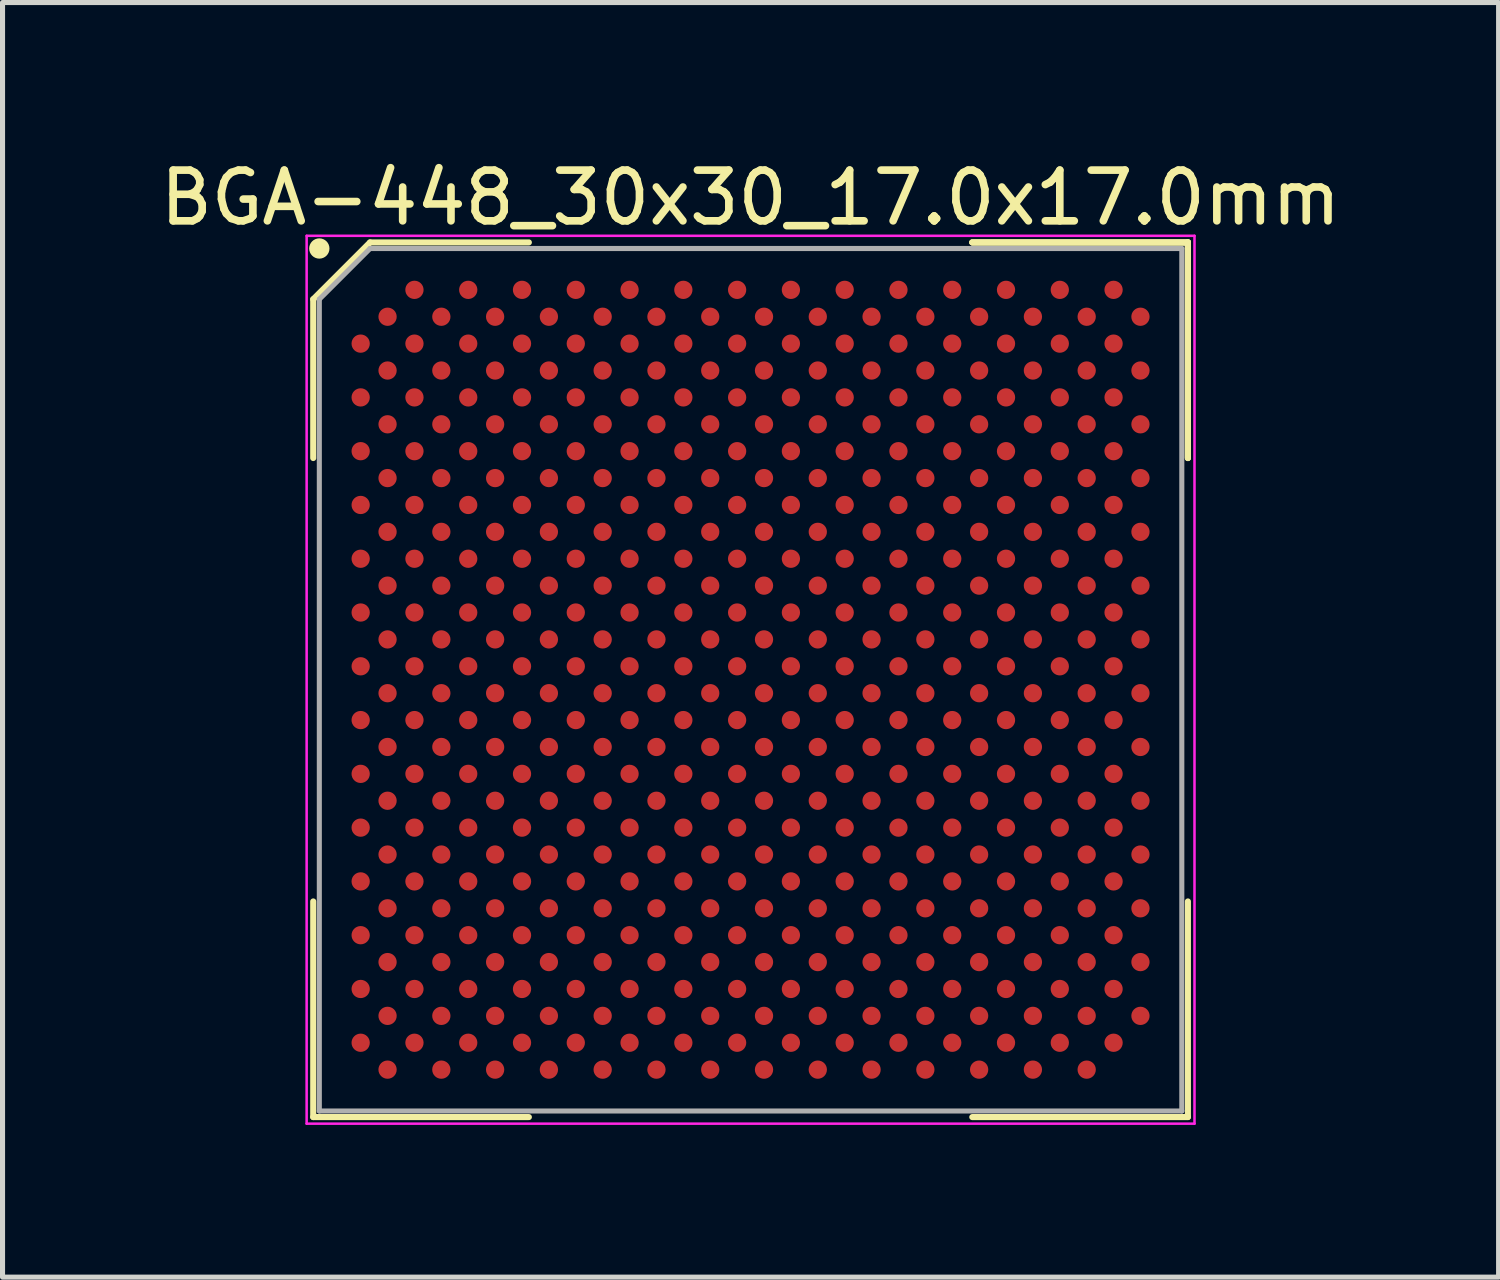
<source format=kicad_pcb>
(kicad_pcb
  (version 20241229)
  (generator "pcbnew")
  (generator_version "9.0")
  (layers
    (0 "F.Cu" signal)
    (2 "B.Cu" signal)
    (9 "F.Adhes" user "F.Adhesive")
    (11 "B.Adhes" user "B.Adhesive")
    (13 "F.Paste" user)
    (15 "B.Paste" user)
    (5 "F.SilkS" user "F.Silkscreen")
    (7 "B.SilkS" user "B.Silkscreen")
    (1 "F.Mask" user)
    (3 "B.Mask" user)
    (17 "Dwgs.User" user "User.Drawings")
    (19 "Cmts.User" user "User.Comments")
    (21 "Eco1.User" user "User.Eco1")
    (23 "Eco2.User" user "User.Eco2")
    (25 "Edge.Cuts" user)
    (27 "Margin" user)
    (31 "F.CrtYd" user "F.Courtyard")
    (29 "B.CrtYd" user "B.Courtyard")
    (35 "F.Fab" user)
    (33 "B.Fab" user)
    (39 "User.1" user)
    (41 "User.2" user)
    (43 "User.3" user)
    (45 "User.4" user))
  (footprint "BGA-448_30x30_17.0x17.0mm"
    (layer "F.Cu")
    (at 11.744 10.348)
    (property "Reference" "BGA-448_30x30_17.0x17.0mm" (at 0 -9.5 0) (layer "F.SilkS") (effects (font (size 1 1) (thickness 0.15))))
    (attr smd)
    (fp_line (start -8.62 -7.5) (end -8.62 -4.37) (stroke (width 0.12) (type solid)) (layer "F.SilkS"))
    (fp_line (start -8.62 8.62) (end -8.62 4.37) (stroke (width 0.12) (type solid)) (layer "F.SilkS"))
    (fp_line (start -7.5 -8.62) (end -8.62 -7.5) (stroke (width 0.12) (type solid)) (layer "F.SilkS"))
    (fp_line (start -4.37 -8.62) (end -7.5 -8.62) (stroke (width 0.12) (type solid)) (layer "F.SilkS"))
    (fp_line (start -4.37 8.62) (end -8.62 8.62) (stroke (width 0.12) (type solid)) (layer "F.SilkS"))
    (fp_line (start 4.37 -8.62) (end 8.62 -8.62) (stroke (width 0.12) (type solid)) (layer "F.SilkS"))
    (fp_line (start 4.37 -8.62) (end 8.62 -8.62) (stroke (width 0.12) (type solid)) (layer "F.SilkS"))
    (fp_line (start 4.37 -8.62) (end 8.62 -8.62) (stroke (width 0.12) (type solid)) (layer "F.SilkS"))
    (fp_line (start 4.37 8.62) (end 8.62 8.62) (stroke (width 0.12) (type solid)) (layer "F.SilkS"))
    (fp_line (start 8.62 -8.62) (end 8.62 -4.37) (stroke (width 0.12) (type solid)) (layer "F.SilkS"))
    (fp_line (start 8.62 -8.62) (end 8.62 -4.37) (stroke (width 0.12) (type solid)) (layer "F.SilkS"))
    (fp_line (start 8.62 -8.62) (end 8.62 -4.37) (stroke (width 0.12) (type solid)) (layer "F.SilkS"))
    (fp_line (start 8.62 8.62) (end 8.62 4.37) (stroke (width 0.12) (type solid)) (layer "F.SilkS"))
    (fp_circle (center -8.5 -8.5) (end -8.5 -8.4) (stroke (width 0.2) (type solid)) (fill no) (layer "F.SilkS"))
    (fp_line (start -8.75 -8.75) (end 8.75 -8.75) (stroke (width 0.05) (type solid)) (layer "F.CrtYd"))
    (fp_line (start -8.75 8.75) (end -8.75 -8.75) (stroke (width 0.05) (type solid)) (layer "F.CrtYd"))
    (fp_line (start 8.75 -8.75) (end 8.75 8.75) (stroke (width 0.05) (type solid)) (layer "F.CrtYd"))
    (fp_line (start 8.75 8.75) (end -8.75 8.75) (stroke (width 0.05) (type solid)) (layer "F.CrtYd"))
    (fp_line (start -8.5 -7.5) (end -8.5 8.5) (stroke (width 0.1) (type solid)) (layer "F.Fab"))
    (fp_line (start -8.5 8.5) (end 8.5 8.5) (stroke (width 0.1) (type solid)) (layer "F.Fab"))
    (fp_line (start -7.5 -8.5) (end -8.5 -7.5) (stroke (width 0.1) (type solid)) (layer "F.Fab"))
    (fp_line (start 8.5 -8.5) (end -7.5 -8.5) (stroke (width 0.1) (type solid)) (layer "F.Fab"))
    (fp_line (start 8.5 8.5) (end 8.5 -8.5) (stroke (width 0.1) (type solid)) (layer "F.Fab"))
    (pad "A3" smd circle (at -6.625 -7.685) (size 0.36 0.36) (layers "F.Cu" "F.Mask" "F.Paste"))
    (pad "A5" smd circle (at -5.565 -7.685) (size 0.36 0.36) (layers "F.Cu" "F.Mask" "F.Paste"))
    (pad "A7" smd circle (at -4.505 -7.685) (size 0.36 0.36) (layers "F.Cu" "F.Mask" "F.Paste"))
    (pad "A9" smd circle (at -3.445 -7.685) (size 0.36 0.36) (layers "F.Cu" "F.Mask" "F.Paste"))
    (pad "A11" smd circle (at -2.385 -7.685) (size 0.36 0.36) (layers "F.Cu" "F.Mask" "F.Paste"))
    (pad "A13" smd circle (at -1.325 -7.685) (size 0.36 0.36) (layers "F.Cu" "F.Mask" "F.Paste"))
    (pad "A15" smd circle (at -0.265 -7.685) (size 0.36 0.36) (layers "F.Cu" "F.Mask" "F.Paste"))
    (pad "A17" smd circle (at 0.795 -7.685) (size 0.36 0.36) (layers "F.Cu" "F.Mask" "F.Paste"))
    (pad "A19" smd circle (at 1.855 -7.685) (size 0.36 0.36) (layers "F.Cu" "F.Mask" "F.Paste"))
    (pad "A21" smd circle (at 2.915 -7.685) (size 0.36 0.36) (layers "F.Cu" "F.Mask" "F.Paste"))
    (pad "A23" smd circle (at 3.975 -7.685) (size 0.36 0.36) (layers "F.Cu" "F.Mask" "F.Paste"))
    (pad "A25" smd circle (at 5.035 -7.685) (size 0.36 0.36) (layers "F.Cu" "F.Mask" "F.Paste"))
    (pad "A27" smd circle (at 6.095 -7.685) (size 0.36 0.36) (layers "F.Cu" "F.Mask" "F.Paste"))
    (pad "A29" smd circle (at 7.155 -7.685) (size 0.36 0.36) (layers "F.Cu" "F.Mask" "F.Paste"))
    (pad "AA1" smd circle (at -7.685 2.915) (size 0.36 0.36) (layers "F.Cu" "F.Mask" "F.Paste"))
    (pad "AA3" smd circle (at -6.625 2.915) (size 0.36 0.36) (layers "F.Cu" "F.Mask" "F.Paste"))
    (pad "AA5" smd circle (at -5.565 2.915) (size 0.36 0.36) (layers "F.Cu" "F.Mask" "F.Paste"))
    (pad "AA7" smd circle (at -4.505 2.915) (size 0.36 0.36) (layers "F.Cu" "F.Mask" "F.Paste"))
    (pad "AA9" smd circle (at -3.445 2.915) (size 0.36 0.36) (layers "F.Cu" "F.Mask" "F.Paste"))
    (pad "AA11" smd circle (at -2.385 2.915) (size 0.36 0.36) (layers "F.Cu" "F.Mask" "F.Paste"))
    (pad "AA13" smd circle (at -1.325 2.915) (size 0.36 0.36) (layers "F.Cu" "F.Mask" "F.Paste"))
    (pad "AA15" smd circle (at -0.265 2.915) (size 0.36 0.36) (layers "F.Cu" "F.Mask" "F.Paste"))
    (pad "AA17" smd circle (at 0.795 2.915) (size 0.36 0.36) (layers "F.Cu" "F.Mask" "F.Paste"))
    (pad "AA19" smd circle (at 1.855 2.915) (size 0.36 0.36) (layers "F.Cu" "F.Mask" "F.Paste"))
    (pad "AA21" smd circle (at 2.915 2.915) (size 0.36 0.36) (layers "F.Cu" "F.Mask" "F.Paste"))
    (pad "AA23" smd circle (at 3.975 2.915) (size 0.36 0.36) (layers "F.Cu" "F.Mask" "F.Paste"))
    (pad "AA25" smd circle (at 5.035 2.915) (size 0.36 0.36) (layers "F.Cu" "F.Mask" "F.Paste"))
    (pad "AA27" smd circle (at 6.095 2.915) (size 0.36 0.36) (layers "F.Cu" "F.Mask" "F.Paste"))
    (pad "AA29" smd circle (at 7.155 2.915) (size 0.36 0.36) (layers "F.Cu" "F.Mask" "F.Paste"))
    (pad "AB2" smd circle (at -7.155 3.445) (size 0.36 0.36) (layers "F.Cu" "F.Mask" "F.Paste"))
    (pad "AB4" smd circle (at -6.095 3.445) (size 0.36 0.36) (layers "F.Cu" "F.Mask" "F.Paste"))
    (pad "AB6" smd circle (at -5.035 3.445) (size 0.36 0.36) (layers "F.Cu" "F.Mask" "F.Paste"))
    (pad "AB8" smd circle (at -3.975 3.445) (size 0.36 0.36) (layers "F.Cu" "F.Mask" "F.Paste"))
    (pad "AB10" smd circle (at -2.915 3.445) (size 0.36 0.36) (layers "F.Cu" "F.Mask" "F.Paste"))
    (pad "AB12" smd circle (at -1.855 3.445) (size 0.36 0.36) (layers "F.Cu" "F.Mask" "F.Paste"))
    (pad "AB14" smd circle (at -0.795 3.445) (size 0.36 0.36) (layers "F.Cu" "F.Mask" "F.Paste"))
    (pad "AB16" smd circle (at 0.265 3.445) (size 0.36 0.36) (layers "F.Cu" "F.Mask" "F.Paste"))
    (pad "AB18" smd circle (at 1.325 3.445) (size 0.36 0.36) (layers "F.Cu" "F.Mask" "F.Paste"))
    (pad "AB20" smd circle (at 2.385 3.445) (size 0.36 0.36) (layers "F.Cu" "F.Mask" "F.Paste"))
    (pad "AB22" smd circle (at 3.445 3.445) (size 0.36 0.36) (layers "F.Cu" "F.Mask" "F.Paste"))
    (pad "AB24" smd circle (at 4.505 3.445) (size 0.36 0.36) (layers "F.Cu" "F.Mask" "F.Paste"))
    (pad "AB26" smd circle (at 5.565 3.445) (size 0.36 0.36) (layers "F.Cu" "F.Mask" "F.Paste"))
    (pad "AB28" smd circle (at 6.625 3.445) (size 0.36 0.36) (layers "F.Cu" "F.Mask" "F.Paste"))
    (pad "AB30" smd circle (at 7.685 3.445) (size 0.36 0.36) (layers "F.Cu" "F.Mask" "F.Paste"))
    (pad "AC1" smd circle (at -7.685 3.975) (size 0.36 0.36) (layers "F.Cu" "F.Mask" "F.Paste"))
    (pad "AC3" smd circle (at -6.625 3.975) (size 0.36 0.36) (layers "F.Cu" "F.Mask" "F.Paste"))
    (pad "AC5" smd circle (at -5.565 3.975) (size 0.36 0.36) (layers "F.Cu" "F.Mask" "F.Paste"))
    (pad "AC7" smd circle (at -4.505 3.975) (size 0.36 0.36) (layers "F.Cu" "F.Mask" "F.Paste"))
    (pad "AC9" smd circle (at -3.445 3.975) (size 0.36 0.36) (layers "F.Cu" "F.Mask" "F.Paste"))
    (pad "AC11" smd circle (at -2.385 3.975) (size 0.36 0.36) (layers "F.Cu" "F.Mask" "F.Paste"))
    (pad "AC13" smd circle (at -1.325 3.975) (size 0.36 0.36) (layers "F.Cu" "F.Mask" "F.Paste"))
    (pad "AC15" smd circle (at -0.265 3.975) (size 0.36 0.36) (layers "F.Cu" "F.Mask" "F.Paste"))
    (pad "AC17" smd circle (at 0.795 3.975) (size 0.36 0.36) (layers "F.Cu" "F.Mask" "F.Paste"))
    (pad "AC19" smd circle (at 1.855 3.975) (size 0.36 0.36) (layers "F.Cu" "F.Mask" "F.Paste"))
    (pad "AC21" smd circle (at 2.915 3.975) (size 0.36 0.36) (layers "F.Cu" "F.Mask" "F.Paste"))
    (pad "AC23" smd circle (at 3.975 3.975) (size 0.36 0.36) (layers "F.Cu" "F.Mask" "F.Paste"))
    (pad "AC25" smd circle (at 5.035 3.975) (size 0.36 0.36) (layers "F.Cu" "F.Mask" "F.Paste"))
    (pad "AC27" smd circle (at 6.095 3.975) (size 0.36 0.36) (layers "F.Cu" "F.Mask" "F.Paste"))
    (pad "AC29" smd circle (at 7.155 3.975) (size 0.36 0.36) (layers "F.Cu" "F.Mask" "F.Paste"))
    (pad "AD2" smd circle (at -7.155 4.505) (size 0.36 0.36) (layers "F.Cu" "F.Mask" "F.Paste"))
    (pad "AD4" smd circle (at -6.095 4.505) (size 0.36 0.36) (layers "F.Cu" "F.Mask" "F.Paste"))
    (pad "AD6" smd circle (at -5.035 4.505) (size 0.36 0.36) (layers "F.Cu" "F.Mask" "F.Paste"))
    (pad "AD8" smd circle (at -3.975 4.505) (size 0.36 0.36) (layers "F.Cu" "F.Mask" "F.Paste"))
    (pad "AD10" smd circle (at -2.915 4.505) (size 0.36 0.36) (layers "F.Cu" "F.Mask" "F.Paste"))
    (pad "AD12" smd circle (at -1.855 4.505) (size 0.36 0.36) (layers "F.Cu" "F.Mask" "F.Paste"))
    (pad "AD14" smd circle (at -0.795 4.505) (size 0.36 0.36) (layers "F.Cu" "F.Mask" "F.Paste"))
    (pad "AD16" smd circle (at 0.265 4.505) (size 0.36 0.36) (layers "F.Cu" "F.Mask" "F.Paste"))
    (pad "AD18" smd circle (at 1.325 4.505) (size 0.36 0.36) (layers "F.Cu" "F.Mask" "F.Paste"))
    (pad "AD20" smd circle (at 2.385 4.505) (size 0.36 0.36) (layers "F.Cu" "F.Mask" "F.Paste"))
    (pad "AD22" smd circle (at 3.445 4.505) (size 0.36 0.36) (layers "F.Cu" "F.Mask" "F.Paste"))
    (pad "AD24" smd circle (at 4.505 4.505) (size 0.36 0.36) (layers "F.Cu" "F.Mask" "F.Paste"))
    (pad "AD26" smd circle (at 5.565 4.505) (size 0.36 0.36) (layers "F.Cu" "F.Mask" "F.Paste"))
    (pad "AD28" smd circle (at 6.625 4.505) (size 0.36 0.36) (layers "F.Cu" "F.Mask" "F.Paste"))
    (pad "AD30" smd circle (at 7.685 4.505) (size 0.36 0.36) (layers "F.Cu" "F.Mask" "F.Paste"))
    (pad "AE1" smd circle (at -7.685 5.035) (size 0.36 0.36) (layers "F.Cu" "F.Mask" "F.Paste"))
    (pad "AE3" smd circle (at -6.625 5.035) (size 0.36 0.36) (layers "F.Cu" "F.Mask" "F.Paste"))
    (pad "AE5" smd circle (at -5.565 5.035) (size 0.36 0.36) (layers "F.Cu" "F.Mask" "F.Paste"))
    (pad "AE7" smd circle (at -4.505 5.035) (size 0.36 0.36) (layers "F.Cu" "F.Mask" "F.Paste"))
    (pad "AE9" smd circle (at -3.445 5.035) (size 0.36 0.36) (layers "F.Cu" "F.Mask" "F.Paste"))
    (pad "AE11" smd circle (at -2.385 5.035) (size 0.36 0.36) (layers "F.Cu" "F.Mask" "F.Paste"))
    (pad "AE13" smd circle (at -1.325 5.035) (size 0.36 0.36) (layers "F.Cu" "F.Mask" "F.Paste"))
    (pad "AE15" smd circle (at -0.265 5.035) (size 0.36 0.36) (layers "F.Cu" "F.Mask" "F.Paste"))
    (pad "AE17" smd circle (at 0.795 5.035) (size 0.36 0.36) (layers "F.Cu" "F.Mask" "F.Paste"))
    (pad "AE19" smd circle (at 1.855 5.035) (size 0.36 0.36) (layers "F.Cu" "F.Mask" "F.Paste"))
    (pad "AE21" smd circle (at 2.915 5.035) (size 0.36 0.36) (layers "F.Cu" "F.Mask" "F.Paste"))
    (pad "AE23" smd circle (at 3.975 5.035) (size 0.36 0.36) (layers "F.Cu" "F.Mask" "F.Paste"))
    (pad "AE25" smd circle (at 5.035 5.035) (size 0.36 0.36) (layers "F.Cu" "F.Mask" "F.Paste"))
    (pad "AE27" smd circle (at 6.095 5.035) (size 0.36 0.36) (layers "F.Cu" "F.Mask" "F.Paste"))
    (pad "AE29" smd circle (at 7.155 5.035) (size 0.36 0.36) (layers "F.Cu" "F.Mask" "F.Paste"))
    (pad "AF2" smd circle (at -7.155 5.565) (size 0.36 0.36) (layers "F.Cu" "F.Mask" "F.Paste"))
    (pad "AF4" smd circle (at -6.095 5.565) (size 0.36 0.36) (layers "F.Cu" "F.Mask" "F.Paste"))
    (pad "AF6" smd circle (at -5.035 5.565) (size 0.36 0.36) (layers "F.Cu" "F.Mask" "F.Paste"))
    (pad "AF8" smd circle (at -3.975 5.565) (size 0.36 0.36) (layers "F.Cu" "F.Mask" "F.Paste"))
    (pad "AF10" smd circle (at -2.915 5.565) (size 0.36 0.36) (layers "F.Cu" "F.Mask" "F.Paste"))
    (pad "AF12" smd circle (at -1.855 5.565) (size 0.36 0.36) (layers "F.Cu" "F.Mask" "F.Paste"))
    (pad "AF14" smd circle (at -0.795 5.565) (size 0.36 0.36) (layers "F.Cu" "F.Mask" "F.Paste"))
    (pad "AF16" smd circle (at 0.265 5.565) (size 0.36 0.36) (layers "F.Cu" "F.Mask" "F.Paste"))
    (pad "AF18" smd circle (at 1.325 5.565) (size 0.36 0.36) (layers "F.Cu" "F.Mask" "F.Paste"))
    (pad "AF20" smd circle (at 2.385 5.565) (size 0.36 0.36) (layers "F.Cu" "F.Mask" "F.Paste"))
    (pad "AF22" smd circle (at 3.445 5.565) (size 0.36 0.36) (layers "F.Cu" "F.Mask" "F.Paste"))
    (pad "AF24" smd circle (at 4.505 5.565) (size 0.36 0.36) (layers "F.Cu" "F.Mask" "F.Paste"))
    (pad "AF26" smd circle (at 5.565 5.565) (size 0.36 0.36) (layers "F.Cu" "F.Mask" "F.Paste"))
    (pad "AF28" smd circle (at 6.625 5.565) (size 0.36 0.36) (layers "F.Cu" "F.Mask" "F.Paste"))
    (pad "AF30" smd circle (at 7.685 5.565) (size 0.36 0.36) (layers "F.Cu" "F.Mask" "F.Paste"))
    (pad "AG1" smd circle (at -7.685 6.095) (size 0.36 0.36) (layers "F.Cu" "F.Mask" "F.Paste"))
    (pad "AG3" smd circle (at -6.625 6.095) (size 0.36 0.36) (layers "F.Cu" "F.Mask" "F.Paste"))
    (pad "AG5" smd circle (at -5.565 6.095) (size 0.36 0.36) (layers "F.Cu" "F.Mask" "F.Paste"))
    (pad "AG7" smd circle (at -4.505 6.095) (size 0.36 0.36) (layers "F.Cu" "F.Mask" "F.Paste"))
    (pad "AG9" smd circle (at -3.445 6.095) (size 0.36 0.36) (layers "F.Cu" "F.Mask" "F.Paste"))
    (pad "AG11" smd circle (at -2.385 6.095) (size 0.36 0.36) (layers "F.Cu" "F.Mask" "F.Paste"))
    (pad "AG13" smd circle (at -1.325 6.095) (size 0.36 0.36) (layers "F.Cu" "F.Mask" "F.Paste"))
    (pad "AG15" smd circle (at -0.265 6.095) (size 0.36 0.36) (layers "F.Cu" "F.Mask" "F.Paste"))
    (pad "AG17" smd circle (at 0.795 6.095) (size 0.36 0.36) (layers "F.Cu" "F.Mask" "F.Paste"))
    (pad "AG19" smd circle (at 1.855 6.095) (size 0.36 0.36) (layers "F.Cu" "F.Mask" "F.Paste"))
    (pad "AG21" smd circle (at 2.915 6.095) (size 0.36 0.36) (layers "F.Cu" "F.Mask" "F.Paste"))
    (pad "AG23" smd circle (at 3.975 6.095) (size 0.36 0.36) (layers "F.Cu" "F.Mask" "F.Paste"))
    (pad "AG25" smd circle (at 5.035 6.095) (size 0.36 0.36) (layers "F.Cu" "F.Mask" "F.Paste"))
    (pad "AG27" smd circle (at 6.095 6.095) (size 0.36 0.36) (layers "F.Cu" "F.Mask" "F.Paste"))
    (pad "AG29" smd circle (at 7.155 6.095) (size 0.36 0.36) (layers "F.Cu" "F.Mask" "F.Paste"))
    (pad "AH2" smd circle (at -7.155 6.625) (size 0.36 0.36) (layers "F.Cu" "F.Mask" "F.Paste"))
    (pad "AH4" smd circle (at -6.095 6.625) (size 0.36 0.36) (layers "F.Cu" "F.Mask" "F.Paste"))
    (pad "AH6" smd circle (at -5.035 6.625) (size 0.36 0.36) (layers "F.Cu" "F.Mask" "F.Paste"))
    (pad "AH8" smd circle (at -3.975 6.625) (size 0.36 0.36) (layers "F.Cu" "F.Mask" "F.Paste"))
    (pad "AH10" smd circle (at -2.915 6.625) (size 0.36 0.36) (layers "F.Cu" "F.Mask" "F.Paste"))
    (pad "AH12" smd circle (at -1.855 6.625) (size 0.36 0.36) (layers "F.Cu" "F.Mask" "F.Paste"))
    (pad "AH14" smd circle (at -0.795 6.625) (size 0.36 0.36) (layers "F.Cu" "F.Mask" "F.Paste"))
    (pad "AH16" smd circle (at 0.265 6.625) (size 0.36 0.36) (layers "F.Cu" "F.Mask" "F.Paste"))
    (pad "AH18" smd circle (at 1.325 6.625) (size 0.36 0.36) (layers "F.Cu" "F.Mask" "F.Paste"))
    (pad "AH20" smd circle (at 2.385 6.625) (size 0.36 0.36) (layers "F.Cu" "F.Mask" "F.Paste"))
    (pad "AH22" smd circle (at 3.445 6.625) (size 0.36 0.36) (layers "F.Cu" "F.Mask" "F.Paste"))
    (pad "AH24" smd circle (at 4.505 6.625) (size 0.36 0.36) (layers "F.Cu" "F.Mask" "F.Paste"))
    (pad "AH26" smd circle (at 5.565 6.625) (size 0.36 0.36) (layers "F.Cu" "F.Mask" "F.Paste"))
    (pad "AH28" smd circle (at 6.625 6.625) (size 0.36 0.36) (layers "F.Cu" "F.Mask" "F.Paste"))
    (pad "AH30" smd circle (at 7.685 6.625) (size 0.36 0.36) (layers "F.Cu" "F.Mask" "F.Paste"))
    (pad "AJ1" smd circle (at -7.685 7.155) (size 0.36 0.36) (layers "F.Cu" "F.Mask" "F.Paste"))
    (pad "AJ3" smd circle (at -6.625 7.155) (size 0.36 0.36) (layers "F.Cu" "F.Mask" "F.Paste"))
    (pad "AJ5" smd circle (at -5.565 7.155) (size 0.36 0.36) (layers "F.Cu" "F.Mask" "F.Paste"))
    (pad "AJ7" smd circle (at -4.505 7.155) (size 0.36 0.36) (layers "F.Cu" "F.Mask" "F.Paste"))
    (pad "AJ9" smd circle (at -3.445 7.155) (size 0.36 0.36) (layers "F.Cu" "F.Mask" "F.Paste"))
    (pad "AJ11" smd circle (at -2.385 7.155) (size 0.36 0.36) (layers "F.Cu" "F.Mask" "F.Paste"))
    (pad "AJ13" smd circle (at -1.325 7.155) (size 0.36 0.36) (layers "F.Cu" "F.Mask" "F.Paste"))
    (pad "AJ15" smd circle (at -0.265 7.155) (size 0.36 0.36) (layers "F.Cu" "F.Mask" "F.Paste"))
    (pad "AJ17" smd circle (at 0.795 7.155) (size 0.36 0.36) (layers "F.Cu" "F.Mask" "F.Paste"))
    (pad "AJ19" smd circle (at 1.855 7.155) (size 0.36 0.36) (layers "F.Cu" "F.Mask" "F.Paste"))
    (pad "AJ21" smd circle (at 2.915 7.155) (size 0.36 0.36) (layers "F.Cu" "F.Mask" "F.Paste"))
    (pad "AJ23" smd circle (at 3.975 7.155) (size 0.36 0.36) (layers "F.Cu" "F.Mask" "F.Paste"))
    (pad "AJ25" smd circle (at 5.035 7.155) (size 0.36 0.36) (layers "F.Cu" "F.Mask" "F.Paste"))
    (pad "AJ27" smd circle (at 6.095 7.155) (size 0.36 0.36) (layers "F.Cu" "F.Mask" "F.Paste"))
    (pad "AJ29" smd circle (at 7.155 7.155) (size 0.36 0.36) (layers "F.Cu" "F.Mask" "F.Paste"))
    (pad "AK2" smd circle (at -7.155 7.685) (size 0.36 0.36) (layers "F.Cu" "F.Mask" "F.Paste"))
    (pad "AK4" smd circle (at -6.095 7.685) (size 0.36 0.36) (layers "F.Cu" "F.Mask" "F.Paste"))
    (pad "AK6" smd circle (at -5.035 7.685) (size 0.36 0.36) (layers "F.Cu" "F.Mask" "F.Paste"))
    (pad "AK8" smd circle (at -3.975 7.685) (size 0.36 0.36) (layers "F.Cu" "F.Mask" "F.Paste"))
    (pad "AK10" smd circle (at -2.915 7.685) (size 0.36 0.36) (layers "F.Cu" "F.Mask" "F.Paste"))
    (pad "AK12" smd circle (at -1.855 7.685) (size 0.36 0.36) (layers "F.Cu" "F.Mask" "F.Paste"))
    (pad "AK14" smd circle (at -0.795 7.685) (size 0.36 0.36) (layers "F.Cu" "F.Mask" "F.Paste"))
    (pad "AK16" smd circle (at 0.265 7.685) (size 0.36 0.36) (layers "F.Cu" "F.Mask" "F.Paste"))
    (pad "AK18" smd circle (at 1.325 7.685) (size 0.36 0.36) (layers "F.Cu" "F.Mask" "F.Paste"))
    (pad "AK20" smd circle (at 2.385 7.685) (size 0.36 0.36) (layers "F.Cu" "F.Mask" "F.Paste"))
    (pad "AK22" smd circle (at 3.445 7.685) (size 0.36 0.36) (layers "F.Cu" "F.Mask" "F.Paste"))
    (pad "AK24" smd circle (at 4.505 7.685) (size 0.36 0.36) (layers "F.Cu" "F.Mask" "F.Paste"))
    (pad "AK26" smd circle (at 5.565 7.685) (size 0.36 0.36) (layers "F.Cu" "F.Mask" "F.Paste"))
    (pad "AK28" smd circle (at 6.625 7.685) (size 0.36 0.36) (layers "F.Cu" "F.Mask" "F.Paste"))
    (pad "B2" smd circle (at -7.155 -7.155) (size 0.36 0.36) (layers "F.Cu" "F.Mask" "F.Paste"))
    (pad "B4" smd circle (at -6.095 -7.155) (size 0.36 0.36) (layers "F.Cu" "F.Mask" "F.Paste"))
    (pad "B6" smd circle (at -5.035 -7.155) (size 0.36 0.36) (layers "F.Cu" "F.Mask" "F.Paste"))
    (pad "B8" smd circle (at -3.975 -7.155) (size 0.36 0.36) (layers "F.Cu" "F.Mask" "F.Paste"))
    (pad "B10" smd circle (at -2.915 -7.155) (size 0.36 0.36) (layers "F.Cu" "F.Mask" "F.Paste"))
    (pad "B12" smd circle (at -1.855 -7.155) (size 0.36 0.36) (layers "F.Cu" "F.Mask" "F.Paste"))
    (pad "B14" smd circle (at -0.795 -7.155) (size 0.36 0.36) (layers "F.Cu" "F.Mask" "F.Paste"))
    (pad "B16" smd circle (at 0.265 -7.155) (size 0.36 0.36) (layers "F.Cu" "F.Mask" "F.Paste"))
    (pad "B18" smd circle (at 1.325 -7.155) (size 0.36 0.36) (layers "F.Cu" "F.Mask" "F.Paste"))
    (pad "B20" smd circle (at 2.385 -7.155) (size 0.36 0.36) (layers "F.Cu" "F.Mask" "F.Paste"))
    (pad "B22" smd circle (at 3.445 -7.155) (size 0.36 0.36) (layers "F.Cu" "F.Mask" "F.Paste"))
    (pad "B24" smd circle (at 4.505 -7.155) (size 0.36 0.36) (layers "F.Cu" "F.Mask" "F.Paste"))
    (pad "B26" smd circle (at 5.565 -7.155) (size 0.36 0.36) (layers "F.Cu" "F.Mask" "F.Paste"))
    (pad "B28" smd circle (at 6.625 -7.155) (size 0.36 0.36) (layers "F.Cu" "F.Mask" "F.Paste"))
    (pad "B30" smd circle (at 7.685 -7.155) (size 0.36 0.36) (layers "F.Cu" "F.Mask" "F.Paste"))
    (pad "C1" smd circle (at -7.685 -6.625) (size 0.36 0.36) (layers "F.Cu" "F.Mask" "F.Paste"))
    (pad "C3" smd circle (at -6.625 -6.625) (size 0.36 0.36) (layers "F.Cu" "F.Mask" "F.Paste"))
    (pad "C5" smd circle (at -5.565 -6.625) (size 0.36 0.36) (layers "F.Cu" "F.Mask" "F.Paste"))
    (pad "C7" smd circle (at -4.505 -6.625) (size 0.36 0.36) (layers "F.Cu" "F.Mask" "F.Paste"))
    (pad "C9" smd circle (at -3.445 -6.625) (size 0.36 0.36) (layers "F.Cu" "F.Mask" "F.Paste"))
    (pad "C11" smd circle (at -2.385 -6.625) (size 0.36 0.36) (layers "F.Cu" "F.Mask" "F.Paste"))
    (pad "C13" smd circle (at -1.325 -6.625) (size 0.36 0.36) (layers "F.Cu" "F.Mask" "F.Paste"))
    (pad "C15" smd circle (at -0.265 -6.625) (size 0.36 0.36) (layers "F.Cu" "F.Mask" "F.Paste"))
    (pad "C17" smd circle (at 0.795 -6.625) (size 0.36 0.36) (layers "F.Cu" "F.Mask" "F.Paste"))
    (pad "C19" smd circle (at 1.855 -6.625) (size 0.36 0.36) (layers "F.Cu" "F.Mask" "F.Paste"))
    (pad "C21" smd circle (at 2.915 -6.625) (size 0.36 0.36) (layers "F.Cu" "F.Mask" "F.Paste"))
    (pad "C23" smd circle (at 3.975 -6.625) (size 0.36 0.36) (layers "F.Cu" "F.Mask" "F.Paste"))
    (pad "C25" smd circle (at 5.035 -6.625) (size 0.36 0.36) (layers "F.Cu" "F.Mask" "F.Paste"))
    (pad "C27" smd circle (at 6.095 -6.625) (size 0.36 0.36) (layers "F.Cu" "F.Mask" "F.Paste"))
    (pad "C29" smd circle (at 7.155 -6.625) (size 0.36 0.36) (layers "F.Cu" "F.Mask" "F.Paste"))
    (pad "D2" smd circle (at -7.155 -6.095) (size 0.36 0.36) (layers "F.Cu" "F.Mask" "F.Paste"))
    (pad "D4" smd circle (at -6.095 -6.095) (size 0.36 0.36) (layers "F.Cu" "F.Mask" "F.Paste"))
    (pad "D6" smd circle (at -5.035 -6.095) (size 0.36 0.36) (layers "F.Cu" "F.Mask" "F.Paste"))
    (pad "D8" smd circle (at -3.975 -6.095) (size 0.36 0.36) (layers "F.Cu" "F.Mask" "F.Paste"))
    (pad "D10" smd circle (at -2.915 -6.095) (size 0.36 0.36) (layers "F.Cu" "F.Mask" "F.Paste"))
    (pad "D12" smd circle (at -1.855 -6.095) (size 0.36 0.36) (layers "F.Cu" "F.Mask" "F.Paste"))
    (pad "D14" smd circle (at -0.795 -6.095) (size 0.36 0.36) (layers "F.Cu" "F.Mask" "F.Paste"))
    (pad "D16" smd circle (at 0.265 -6.095) (size 0.36 0.36) (layers "F.Cu" "F.Mask" "F.Paste"))
    (pad "D18" smd circle (at 1.325 -6.095) (size 0.36 0.36) (layers "F.Cu" "F.Mask" "F.Paste"))
    (pad "D20" smd circle (at 2.385 -6.095) (size 0.36 0.36) (layers "F.Cu" "F.Mask" "F.Paste"))
    (pad "D22" smd circle (at 3.445 -6.095) (size 0.36 0.36) (layers "F.Cu" "F.Mask" "F.Paste"))
    (pad "D24" smd circle (at 4.505 -6.095) (size 0.36 0.36) (layers "F.Cu" "F.Mask" "F.Paste"))
    (pad "D26" smd circle (at 5.565 -6.095) (size 0.36 0.36) (layers "F.Cu" "F.Mask" "F.Paste"))
    (pad "D28" smd circle (at 6.625 -6.095) (size 0.36 0.36) (layers "F.Cu" "F.Mask" "F.Paste"))
    (pad "D30" smd circle (at 7.685 -6.095) (size 0.36 0.36) (layers "F.Cu" "F.Mask" "F.Paste"))
    (pad "E1" smd circle (at -7.685 -5.565) (size 0.36 0.36) (layers "F.Cu" "F.Mask" "F.Paste"))
    (pad "E3" smd circle (at -6.625 -5.565) (size 0.36 0.36) (layers "F.Cu" "F.Mask" "F.Paste"))
    (pad "E5" smd circle (at -5.565 -5.565) (size 0.36 0.36) (layers "F.Cu" "F.Mask" "F.Paste"))
    (pad "E7" smd circle (at -4.505 -5.565) (size 0.36 0.36) (layers "F.Cu" "F.Mask" "F.Paste"))
    (pad "E9" smd circle (at -3.445 -5.565) (size 0.36 0.36) (layers "F.Cu" "F.Mask" "F.Paste"))
    (pad "E11" smd circle (at -2.385 -5.565) (size 0.36 0.36) (layers "F.Cu" "F.Mask" "F.Paste"))
    (pad "E13" smd circle (at -1.325 -5.565) (size 0.36 0.36) (layers "F.Cu" "F.Mask" "F.Paste"))
    (pad "E15" smd circle (at -0.265 -5.565) (size 0.36 0.36) (layers "F.Cu" "F.Mask" "F.Paste"))
    (pad "E17" smd circle (at 0.795 -5.565) (size 0.36 0.36) (layers "F.Cu" "F.Mask" "F.Paste"))
    (pad "E19" smd circle (at 1.855 -5.565) (size 0.36 0.36) (layers "F.Cu" "F.Mask" "F.Paste"))
    (pad "E21" smd circle (at 2.915 -5.565) (size 0.36 0.36) (layers "F.Cu" "F.Mask" "F.Paste"))
    (pad "E23" smd circle (at 3.975 -5.565) (size 0.36 0.36) (layers "F.Cu" "F.Mask" "F.Paste"))
    (pad "E25" smd circle (at 5.035 -5.565) (size 0.36 0.36) (layers "F.Cu" "F.Mask" "F.Paste"))
    (pad "E27" smd circle (at 6.095 -5.565) (size 0.36 0.36) (layers "F.Cu" "F.Mask" "F.Paste"))
    (pad "E29" smd circle (at 7.155 -5.565) (size 0.36 0.36) (layers "F.Cu" "F.Mask" "F.Paste"))
    (pad "F2" smd circle (at -7.155 -5.035) (size 0.36 0.36) (layers "F.Cu" "F.Mask" "F.Paste"))
    (pad "F4" smd circle (at -6.095 -5.035) (size 0.36 0.36) (layers "F.Cu" "F.Mask" "F.Paste"))
    (pad "F6" smd circle (at -5.035 -5.035) (size 0.36 0.36) (layers "F.Cu" "F.Mask" "F.Paste"))
    (pad "F8" smd circle (at -3.975 -5.035) (size 0.36 0.36) (layers "F.Cu" "F.Mask" "F.Paste"))
    (pad "F10" smd circle (at -2.915 -5.035) (size 0.36 0.36) (layers "F.Cu" "F.Mask" "F.Paste"))
    (pad "F12" smd circle (at -1.855 -5.035) (size 0.36 0.36) (layers "F.Cu" "F.Mask" "F.Paste"))
    (pad "F14" smd circle (at -0.795 -5.035) (size 0.36 0.36) (layers "F.Cu" "F.Mask" "F.Paste"))
    (pad "F16" smd circle (at 0.265 -5.035) (size 0.36 0.36) (layers "F.Cu" "F.Mask" "F.Paste"))
    (pad "F18" smd circle (at 1.325 -5.035) (size 0.36 0.36) (layers "F.Cu" "F.Mask" "F.Paste"))
    (pad "F20" smd circle (at 2.385 -5.035) (size 0.36 0.36) (layers "F.Cu" "F.Mask" "F.Paste"))
    (pad "F22" smd circle (at 3.445 -5.035) (size 0.36 0.36) (layers "F.Cu" "F.Mask" "F.Paste"))
    (pad "F24" smd circle (at 4.505 -5.035) (size 0.36 0.36) (layers "F.Cu" "F.Mask" "F.Paste"))
    (pad "F26" smd circle (at 5.565 -5.035) (size 0.36 0.36) (layers "F.Cu" "F.Mask" "F.Paste"))
    (pad "F28" smd circle (at 6.625 -5.035) (size 0.36 0.36) (layers "F.Cu" "F.Mask" "F.Paste"))
    (pad "F30" smd circle (at 7.685 -5.035) (size 0.36 0.36) (layers "F.Cu" "F.Mask" "F.Paste"))
    (pad "G1" smd circle (at -7.685 -4.505) (size 0.36 0.36) (layers "F.Cu" "F.Mask" "F.Paste"))
    (pad "G3" smd circle (at -6.625 -4.505) (size 0.36 0.36) (layers "F.Cu" "F.Mask" "F.Paste"))
    (pad "G5" smd circle (at -5.565 -4.505) (size 0.36 0.36) (layers "F.Cu" "F.Mask" "F.Paste"))
    (pad "G7" smd circle (at -4.505 -4.505) (size 0.36 0.36) (layers "F.Cu" "F.Mask" "F.Paste"))
    (pad "G9" smd circle (at -3.445 -4.505) (size 0.36 0.36) (layers "F.Cu" "F.Mask" "F.Paste"))
    (pad "G11" smd circle (at -2.385 -4.505) (size 0.36 0.36) (layers "F.Cu" "F.Mask" "F.Paste"))
    (pad "G13" smd circle (at -1.325 -4.505) (size 0.36 0.36) (layers "F.Cu" "F.Mask" "F.Paste"))
    (pad "G15" smd circle (at -0.265 -4.505) (size 0.36 0.36) (layers "F.Cu" "F.Mask" "F.Paste"))
    (pad "G17" smd circle (at 0.795 -4.505) (size 0.36 0.36) (layers "F.Cu" "F.Mask" "F.Paste"))
    (pad "G19" smd circle (at 1.855 -4.505) (size 0.36 0.36) (layers "F.Cu" "F.Mask" "F.Paste"))
    (pad "G21" smd circle (at 2.915 -4.505) (size 0.36 0.36) (layers "F.Cu" "F.Mask" "F.Paste"))
    (pad "G23" smd circle (at 3.975 -4.505) (size 0.36 0.36) (layers "F.Cu" "F.Mask" "F.Paste"))
    (pad "G25" smd circle (at 5.035 -4.505) (size 0.36 0.36) (layers "F.Cu" "F.Mask" "F.Paste"))
    (pad "G27" smd circle (at 6.095 -4.505) (size 0.36 0.36) (layers "F.Cu" "F.Mask" "F.Paste"))
    (pad "G29" smd circle (at 7.155 -4.505) (size 0.36 0.36) (layers "F.Cu" "F.Mask" "F.Paste"))
    (pad "H2" smd circle (at -7.155 -3.975) (size 0.36 0.36) (layers "F.Cu" "F.Mask" "F.Paste"))
    (pad "H4" smd circle (at -6.095 -3.975) (size 0.36 0.36) (layers "F.Cu" "F.Mask" "F.Paste"))
    (pad "H6" smd circle (at -5.035 -3.975) (size 0.36 0.36) (layers "F.Cu" "F.Mask" "F.Paste"))
    (pad "H8" smd circle (at -3.975 -3.975) (size 0.36 0.36) (layers "F.Cu" "F.Mask" "F.Paste"))
    (pad "H10" smd circle (at -2.915 -3.975) (size 0.36 0.36) (layers "F.Cu" "F.Mask" "F.Paste"))
    (pad "H12" smd circle (at -1.855 -3.975) (size 0.36 0.36) (layers "F.Cu" "F.Mask" "F.Paste"))
    (pad "H14" smd circle (at -0.795 -3.975) (size 0.36 0.36) (layers "F.Cu" "F.Mask" "F.Paste"))
    (pad "H16" smd circle (at 0.265 -3.975) (size 0.36 0.36) (layers "F.Cu" "F.Mask" "F.Paste"))
    (pad "H18" smd circle (at 1.325 -3.975) (size 0.36 0.36) (layers "F.Cu" "F.Mask" "F.Paste"))
    (pad "H20" smd circle (at 2.385 -3.975) (size 0.36 0.36) (layers "F.Cu" "F.Mask" "F.Paste"))
    (pad "H22" smd circle (at 3.445 -3.975) (size 0.36 0.36) (layers "F.Cu" "F.Mask" "F.Paste"))
    (pad "H24" smd circle (at 4.505 -3.975) (size 0.36 0.36) (layers "F.Cu" "F.Mask" "F.Paste"))
    (pad "H26" smd circle (at 5.565 -3.975) (size 0.36 0.36) (layers "F.Cu" "F.Mask" "F.Paste"))
    (pad "H28" smd circle (at 6.625 -3.975) (size 0.36 0.36) (layers "F.Cu" "F.Mask" "F.Paste"))
    (pad "H30" smd circle (at 7.685 -3.975) (size 0.36 0.36) (layers "F.Cu" "F.Mask" "F.Paste"))
    (pad "J1" smd circle (at -7.685 -3.445) (size 0.36 0.36) (layers "F.Cu" "F.Mask" "F.Paste"))
    (pad "J3" smd circle (at -6.625 -3.445) (size 0.36 0.36) (layers "F.Cu" "F.Mask" "F.Paste"))
    (pad "J5" smd circle (at -5.565 -3.445) (size 0.36 0.36) (layers "F.Cu" "F.Mask" "F.Paste"))
    (pad "J7" smd circle (at -4.505 -3.445) (size 0.36 0.36) (layers "F.Cu" "F.Mask" "F.Paste"))
    (pad "J9" smd circle (at -3.445 -3.445) (size 0.36 0.36) (layers "F.Cu" "F.Mask" "F.Paste"))
    (pad "J11" smd circle (at -2.385 -3.445) (size 0.36 0.36) (layers "F.Cu" "F.Mask" "F.Paste"))
    (pad "J13" smd circle (at -1.325 -3.445) (size 0.36 0.36) (layers "F.Cu" "F.Mask" "F.Paste"))
    (pad "J15" smd circle (at -0.265 -3.445) (size 0.36 0.36) (layers "F.Cu" "F.Mask" "F.Paste"))
    (pad "J17" smd circle (at 0.795 -3.445) (size 0.36 0.36) (layers "F.Cu" "F.Mask" "F.Paste"))
    (pad "J19" smd circle (at 1.855 -3.445) (size 0.36 0.36) (layers "F.Cu" "F.Mask" "F.Paste"))
    (pad "J21" smd circle (at 2.915 -3.445) (size 0.36 0.36) (layers "F.Cu" "F.Mask" "F.Paste"))
    (pad "J23" smd circle (at 3.975 -3.445) (size 0.36 0.36) (layers "F.Cu" "F.Mask" "F.Paste"))
    (pad "J25" smd circle (at 5.035 -3.445) (size 0.36 0.36) (layers "F.Cu" "F.Mask" "F.Paste"))
    (pad "J27" smd circle (at 6.095 -3.445) (size 0.36 0.36) (layers "F.Cu" "F.Mask" "F.Paste"))
    (pad "J29" smd circle (at 7.155 -3.445) (size 0.36 0.36) (layers "F.Cu" "F.Mask" "F.Paste"))
    (pad "K2" smd circle (at -7.155 -2.915) (size 0.36 0.36) (layers "F.Cu" "F.Mask" "F.Paste"))
    (pad "K4" smd circle (at -6.095 -2.915) (size 0.36 0.36) (layers "F.Cu" "F.Mask" "F.Paste"))
    (pad "K6" smd circle (at -5.035 -2.915) (size 0.36 0.36) (layers "F.Cu" "F.Mask" "F.Paste"))
    (pad "K8" smd circle (at -3.975 -2.915) (size 0.36 0.36) (layers "F.Cu" "F.Mask" "F.Paste"))
    (pad "K10" smd circle (at -2.915 -2.915) (size 0.36 0.36) (layers "F.Cu" "F.Mask" "F.Paste"))
    (pad "K12" smd circle (at -1.855 -2.915) (size 0.36 0.36) (layers "F.Cu" "F.Mask" "F.Paste"))
    (pad "K14" smd circle (at -0.795 -2.915) (size 0.36 0.36) (layers "F.Cu" "F.Mask" "F.Paste"))
    (pad "K16" smd circle (at 0.265 -2.915) (size 0.36 0.36) (layers "F.Cu" "F.Mask" "F.Paste"))
    (pad "K18" smd circle (at 1.325 -2.915) (size 0.36 0.36) (layers "F.Cu" "F.Mask" "F.Paste"))
    (pad "K20" smd circle (at 2.385 -2.915) (size 0.36 0.36) (layers "F.Cu" "F.Mask" "F.Paste"))
    (pad "K22" smd circle (at 3.445 -2.915) (size 0.36 0.36) (layers "F.Cu" "F.Mask" "F.Paste"))
    (pad "K24" smd circle (at 4.505 -2.915) (size 0.36 0.36) (layers "F.Cu" "F.Mask" "F.Paste"))
    (pad "K26" smd circle (at 5.565 -2.915) (size 0.36 0.36) (layers "F.Cu" "F.Mask" "F.Paste"))
    (pad "K28" smd circle (at 6.625 -2.915) (size 0.36 0.36) (layers "F.Cu" "F.Mask" "F.Paste"))
    (pad "K30" smd circle (at 7.685 -2.915) (size 0.36 0.36) (layers "F.Cu" "F.Mask" "F.Paste"))
    (pad "L1" smd circle (at -7.685 -2.385) (size 0.36 0.36) (layers "F.Cu" "F.Mask" "F.Paste"))
    (pad "L3" smd circle (at -6.625 -2.385) (size 0.36 0.36) (layers "F.Cu" "F.Mask" "F.Paste"))
    (pad "L5" smd circle (at -5.565 -2.385) (size 0.36 0.36) (layers "F.Cu" "F.Mask" "F.Paste"))
    (pad "L7" smd circle (at -4.505 -2.385) (size 0.36 0.36) (layers "F.Cu" "F.Mask" "F.Paste"))
    (pad "L9" smd circle (at -3.445 -2.385) (size 0.36 0.36) (layers "F.Cu" "F.Mask" "F.Paste"))
    (pad "L11" smd circle (at -2.385 -2.385) (size 0.36 0.36) (layers "F.Cu" "F.Mask" "F.Paste"))
    (pad "L13" smd circle (at -1.325 -2.385) (size 0.36 0.36) (layers "F.Cu" "F.Mask" "F.Paste"))
    (pad "L15" smd circle (at -0.265 -2.385) (size 0.36 0.36) (layers "F.Cu" "F.Mask" "F.Paste"))
    (pad "L17" smd circle (at 0.795 -2.385) (size 0.36 0.36) (layers "F.Cu" "F.Mask" "F.Paste"))
    (pad "L19" smd circle (at 1.855 -2.385) (size 0.36 0.36) (layers "F.Cu" "F.Mask" "F.Paste"))
    (pad "L21" smd circle (at 2.915 -2.385) (size 0.36 0.36) (layers "F.Cu" "F.Mask" "F.Paste"))
    (pad "L23" smd circle (at 3.975 -2.385) (size 0.36 0.36) (layers "F.Cu" "F.Mask" "F.Paste"))
    (pad "L25" smd circle (at 5.035 -2.385) (size 0.36 0.36) (layers "F.Cu" "F.Mask" "F.Paste"))
    (pad "L27" smd circle (at 6.095 -2.385) (size 0.36 0.36) (layers "F.Cu" "F.Mask" "F.Paste"))
    (pad "L29" smd circle (at 7.155 -2.385) (size 0.36 0.36) (layers "F.Cu" "F.Mask" "F.Paste"))
    (pad "M2" smd circle (at -7.155 -1.855) (size 0.36 0.36) (layers "F.Cu" "F.Mask" "F.Paste"))
    (pad "M4" smd circle (at -6.095 -1.855) (size 0.36 0.36) (layers "F.Cu" "F.Mask" "F.Paste"))
    (pad "M6" smd circle (at -5.035 -1.855) (size 0.36 0.36) (layers "F.Cu" "F.Mask" "F.Paste"))
    (pad "M8" smd circle (at -3.975 -1.855) (size 0.36 0.36) (layers "F.Cu" "F.Mask" "F.Paste"))
    (pad "M10" smd circle (at -2.915 -1.855) (size 0.36 0.36) (layers "F.Cu" "F.Mask" "F.Paste"))
    (pad "M12" smd circle (at -1.855 -1.855) (size 0.36 0.36) (layers "F.Cu" "F.Mask" "F.Paste"))
    (pad "M14" smd circle (at -0.795 -1.855) (size 0.36 0.36) (layers "F.Cu" "F.Mask" "F.Paste"))
    (pad "M16" smd circle (at 0.265 -1.855) (size 0.36 0.36) (layers "F.Cu" "F.Mask" "F.Paste"))
    (pad "M18" smd circle (at 1.325 -1.855) (size 0.36 0.36) (layers "F.Cu" "F.Mask" "F.Paste"))
    (pad "M20" smd circle (at 2.385 -1.855) (size 0.36 0.36) (layers "F.Cu" "F.Mask" "F.Paste"))
    (pad "M22" smd circle (at 3.445 -1.855) (size 0.36 0.36) (layers "F.Cu" "F.Mask" "F.Paste"))
    (pad "M24" smd circle (at 4.505 -1.855) (size 0.36 0.36) (layers "F.Cu" "F.Mask" "F.Paste"))
    (pad "M26" smd circle (at 5.565 -1.855) (size 0.36 0.36) (layers "F.Cu" "F.Mask" "F.Paste"))
    (pad "M28" smd circle (at 6.625 -1.855) (size 0.36 0.36) (layers "F.Cu" "F.Mask" "F.Paste"))
    (pad "M30" smd circle (at 7.685 -1.855) (size 0.36 0.36) (layers "F.Cu" "F.Mask" "F.Paste"))
    (pad "N1" smd circle (at -7.685 -1.325) (size 0.36 0.36) (layers "F.Cu" "F.Mask" "F.Paste"))
    (pad "N3" smd circle (at -6.625 -1.325) (size 0.36 0.36) (layers "F.Cu" "F.Mask" "F.Paste"))
    (pad "N5" smd circle (at -5.565 -1.325) (size 0.36 0.36) (layers "F.Cu" "F.Mask" "F.Paste"))
    (pad "N7" smd circle (at -4.505 -1.325) (size 0.36 0.36) (layers "F.Cu" "F.Mask" "F.Paste"))
    (pad "N9" smd circle (at -3.445 -1.325) (size 0.36 0.36) (layers "F.Cu" "F.Mask" "F.Paste"))
    (pad "N11" smd circle (at -2.385 -1.325) (size 0.36 0.36) (layers "F.Cu" "F.Mask" "F.Paste"))
    (pad "N13" smd circle (at -1.325 -1.325) (size 0.36 0.36) (layers "F.Cu" "F.Mask" "F.Paste"))
    (pad "N15" smd circle (at -0.265 -1.325) (size 0.36 0.36) (layers "F.Cu" "F.Mask" "F.Paste"))
    (pad "N17" smd circle (at 0.795 -1.325) (size 0.36 0.36) (layers "F.Cu" "F.Mask" "F.Paste"))
    (pad "N19" smd circle (at 1.855 -1.325) (size 0.36 0.36) (layers "F.Cu" "F.Mask" "F.Paste"))
    (pad "N21" smd circle (at 2.915 -1.325) (size 0.36 0.36) (layers "F.Cu" "F.Mask" "F.Paste"))
    (pad "N23" smd circle (at 3.975 -1.325) (size 0.36 0.36) (layers "F.Cu" "F.Mask" "F.Paste"))
    (pad "N25" smd circle (at 5.035 -1.325) (size 0.36 0.36) (layers "F.Cu" "F.Mask" "F.Paste"))
    (pad "N27" smd circle (at 6.095 -1.325) (size 0.36 0.36) (layers "F.Cu" "F.Mask" "F.Paste"))
    (pad "N29" smd circle (at 7.155 -1.325) (size 0.36 0.36) (layers "F.Cu" "F.Mask" "F.Paste"))
    (pad "P2" smd circle (at -7.155 -0.795) (size 0.36 0.36) (layers "F.Cu" "F.Mask" "F.Paste"))
    (pad "P4" smd circle (at -6.095 -0.795) (size 0.36 0.36) (layers "F.Cu" "F.Mask" "F.Paste"))
    (pad "P6" smd circle (at -5.035 -0.795) (size 0.36 0.36) (layers "F.Cu" "F.Mask" "F.Paste"))
    (pad "P8" smd circle (at -3.975 -0.795) (size 0.36 0.36) (layers "F.Cu" "F.Mask" "F.Paste"))
    (pad "P10" smd circle (at -2.915 -0.795) (size 0.36 0.36) (layers "F.Cu" "F.Mask" "F.Paste"))
    (pad "P12" smd circle (at -1.855 -0.795) (size 0.36 0.36) (layers "F.Cu" "F.Mask" "F.Paste"))
    (pad "P14" smd circle (at -0.795 -0.795) (size 0.36 0.36) (layers "F.Cu" "F.Mask" "F.Paste"))
    (pad "P16" smd circle (at 0.265 -0.795) (size 0.36 0.36) (layers "F.Cu" "F.Mask" "F.Paste"))
    (pad "P18" smd circle (at 1.325 -0.795) (size 0.36 0.36) (layers "F.Cu" "F.Mask" "F.Paste"))
    (pad "P20" smd circle (at 2.385 -0.795) (size 0.36 0.36) (layers "F.Cu" "F.Mask" "F.Paste"))
    (pad "P22" smd circle (at 3.445 -0.795) (size 0.36 0.36) (layers "F.Cu" "F.Mask" "F.Paste"))
    (pad "P24" smd circle (at 4.505 -0.795) (size 0.36 0.36) (layers "F.Cu" "F.Mask" "F.Paste"))
    (pad "P26" smd circle (at 5.565 -0.795) (size 0.36 0.36) (layers "F.Cu" "F.Mask" "F.Paste"))
    (pad "P28" smd circle (at 6.625 -0.795) (size 0.36 0.36) (layers "F.Cu" "F.Mask" "F.Paste"))
    (pad "P30" smd circle (at 7.685 -0.795) (size 0.36 0.36) (layers "F.Cu" "F.Mask" "F.Paste"))
    (pad "R1" smd circle (at -7.685 -0.265) (size 0.36 0.36) (layers "F.Cu" "F.Mask" "F.Paste"))
    (pad "R3" smd circle (at -6.625 -0.265) (size 0.36 0.36) (layers "F.Cu" "F.Mask" "F.Paste"))
    (pad "R5" smd circle (at -5.565 -0.265) (size 0.36 0.36) (layers "F.Cu" "F.Mask" "F.Paste"))
    (pad "R7" smd circle (at -4.505 -0.265) (size 0.36 0.36) (layers "F.Cu" "F.Mask" "F.Paste"))
    (pad "R9" smd circle (at -3.445 -0.265) (size 0.36 0.36) (layers "F.Cu" "F.Mask" "F.Paste"))
    (pad "R11" smd circle (at -2.385 -0.265) (size 0.36 0.36) (layers "F.Cu" "F.Mask" "F.Paste"))
    (pad "R13" smd circle (at -1.325 -0.265) (size 0.36 0.36) (layers "F.Cu" "F.Mask" "F.Paste"))
    (pad "R15" smd circle (at -0.265 -0.265) (size 0.36 0.36) (layers "F.Cu" "F.Mask" "F.Paste"))
    (pad "R17" smd circle (at 0.795 -0.265) (size 0.36 0.36) (layers "F.Cu" "F.Mask" "F.Paste"))
    (pad "R19" smd circle (at 1.855 -0.265) (size 0.36 0.36) (layers "F.Cu" "F.Mask" "F.Paste"))
    (pad "R21" smd circle (at 2.915 -0.265) (size 0.36 0.36) (layers "F.Cu" "F.Mask" "F.Paste"))
    (pad "R23" smd circle (at 3.975 -0.265) (size 0.36 0.36) (layers "F.Cu" "F.Mask" "F.Paste"))
    (pad "R25" smd circle (at 5.035 -0.265) (size 0.36 0.36) (layers "F.Cu" "F.Mask" "F.Paste"))
    (pad "R27" smd circle (at 6.095 -0.265) (size 0.36 0.36) (layers "F.Cu" "F.Mask" "F.Paste"))
    (pad "R29" smd circle (at 7.155 -0.265) (size 0.36 0.36) (layers "F.Cu" "F.Mask" "F.Paste"))
    (pad "T2" smd circle (at -7.155 0.265) (size 0.36 0.36) (layers "F.Cu" "F.Mask" "F.Paste"))
    (pad "T4" smd circle (at -6.095 0.265) (size 0.36 0.36) (layers "F.Cu" "F.Mask" "F.Paste"))
    (pad "T6" smd circle (at -5.035 0.265) (size 0.36 0.36) (layers "F.Cu" "F.Mask" "F.Paste"))
    (pad "T8" smd circle (at -3.975 0.265) (size 0.36 0.36) (layers "F.Cu" "F.Mask" "F.Paste"))
    (pad "T10" smd circle (at -2.915 0.265) (size 0.36 0.36) (layers "F.Cu" "F.Mask" "F.Paste"))
    (pad "T12" smd circle (at -1.855 0.265) (size 0.36 0.36) (layers "F.Cu" "F.Mask" "F.Paste"))
    (pad "T14" smd circle (at -0.795 0.265) (size 0.36 0.36) (layers "F.Cu" "F.Mask" "F.Paste"))
    (pad "T16" smd circle (at 0.265 0.265) (size 0.36 0.36) (layers "F.Cu" "F.Mask" "F.Paste"))
    (pad "T18" smd circle (at 1.325 0.265) (size 0.36 0.36) (layers "F.Cu" "F.Mask" "F.Paste"))
    (pad "T20" smd circle (at 2.385 0.265) (size 0.36 0.36) (layers "F.Cu" "F.Mask" "F.Paste"))
    (pad "T22" smd circle (at 3.445 0.265) (size 0.36 0.36) (layers "F.Cu" "F.Mask" "F.Paste"))
    (pad "T24" smd circle (at 4.505 0.265) (size 0.36 0.36) (layers "F.Cu" "F.Mask" "F.Paste"))
    (pad "T26" smd circle (at 5.565 0.265) (size 0.36 0.36) (layers "F.Cu" "F.Mask" "F.Paste"))
    (pad "T28" smd circle (at 6.625 0.265) (size 0.36 0.36) (layers "F.Cu" "F.Mask" "F.Paste"))
    (pad "T30" smd circle (at 7.685 0.265) (size 0.36 0.36) (layers "F.Cu" "F.Mask" "F.Paste"))
    (pad "U1" smd circle (at -7.685 0.795) (size 0.36 0.36) (layers "F.Cu" "F.Mask" "F.Paste"))
    (pad "U3" smd circle (at -6.625 0.795) (size 0.36 0.36) (layers "F.Cu" "F.Mask" "F.Paste"))
    (pad "U5" smd circle (at -5.565 0.795) (size 0.36 0.36) (layers "F.Cu" "F.Mask" "F.Paste"))
    (pad "U7" smd circle (at -4.505 0.795) (size 0.36 0.36) (layers "F.Cu" "F.Mask" "F.Paste"))
    (pad "U9" smd circle (at -3.445 0.795) (size 0.36 0.36) (layers "F.Cu" "F.Mask" "F.Paste"))
    (pad "U11" smd circle (at -2.385 0.795) (size 0.36 0.36) (layers "F.Cu" "F.Mask" "F.Paste"))
    (pad "U13" smd circle (at -1.325 0.795) (size 0.36 0.36) (layers "F.Cu" "F.Mask" "F.Paste"))
    (pad "U15" smd circle (at -0.265 0.795) (size 0.36 0.36) (layers "F.Cu" "F.Mask" "F.Paste"))
    (pad "U17" smd circle (at 0.795 0.795) (size 0.36 0.36) (layers "F.Cu" "F.Mask" "F.Paste"))
    (pad "U19" smd circle (at 1.855 0.795) (size 0.36 0.36) (layers "F.Cu" "F.Mask" "F.Paste"))
    (pad "U21" smd circle (at 2.915 0.795) (size 0.36 0.36) (layers "F.Cu" "F.Mask" "F.Paste"))
    (pad "U23" smd circle (at 3.975 0.795) (size 0.36 0.36) (layers "F.Cu" "F.Mask" "F.Paste"))
    (pad "U25" smd circle (at 5.035 0.795) (size 0.36 0.36) (layers "F.Cu" "F.Mask" "F.Paste"))
    (pad "U27" smd circle (at 6.095 0.795) (size 0.36 0.36) (layers "F.Cu" "F.Mask" "F.Paste"))
    (pad "U29" smd circle (at 7.155 0.795) (size 0.36 0.36) (layers "F.Cu" "F.Mask" "F.Paste"))
    (pad "V2" smd circle (at -7.155 1.325) (size 0.36 0.36) (layers "F.Cu" "F.Mask" "F.Paste"))
    (pad "V4" smd circle (at -6.095 1.325) (size 0.36 0.36) (layers "F.Cu" "F.Mask" "F.Paste"))
    (pad "V6" smd circle (at -5.035 1.325) (size 0.36 0.36) (layers "F.Cu" "F.Mask" "F.Paste"))
    (pad "V8" smd circle (at -3.975 1.325) (size 0.36 0.36) (layers "F.Cu" "F.Mask" "F.Paste"))
    (pad "V10" smd circle (at -2.915 1.325) (size 0.36 0.36) (layers "F.Cu" "F.Mask" "F.Paste"))
    (pad "V12" smd circle (at -1.855 1.325) (size 0.36 0.36) (layers "F.Cu" "F.Mask" "F.Paste"))
    (pad "V14" smd circle (at -0.795 1.325) (size 0.36 0.36) (layers "F.Cu" "F.Mask" "F.Paste"))
    (pad "V16" smd circle (at 0.265 1.325) (size 0.36 0.36) (layers "F.Cu" "F.Mask" "F.Paste"))
    (pad "V18" smd circle (at 1.325 1.325) (size 0.36 0.36) (layers "F.Cu" "F.Mask" "F.Paste"))
    (pad "V20" smd circle (at 2.385 1.325) (size 0.36 0.36) (layers "F.Cu" "F.Mask" "F.Paste"))
    (pad "V22" smd circle (at 3.445 1.325) (size 0.36 0.36) (layers "F.Cu" "F.Mask" "F.Paste"))
    (pad "V24" smd circle (at 4.505 1.325) (size 0.36 0.36) (layers "F.Cu" "F.Mask" "F.Paste"))
    (pad "V26" smd circle (at 5.565 1.325) (size 0.36 0.36) (layers "F.Cu" "F.Mask" "F.Paste"))
    (pad "V28" smd circle (at 6.625 1.325) (size 0.36 0.36) (layers "F.Cu" "F.Mask" "F.Paste"))
    (pad "V30" smd circle (at 7.685 1.325) (size 0.36 0.36) (layers "F.Cu" "F.Mask" "F.Paste"))
    (pad "W1" smd circle (at -7.685 1.855) (size 0.36 0.36) (layers "F.Cu" "F.Mask" "F.Paste"))
    (pad "W3" smd circle (at -6.625 1.855) (size 0.36 0.36) (layers "F.Cu" "F.Mask" "F.Paste"))
    (pad "W5" smd circle (at -5.565 1.855) (size 0.36 0.36) (layers "F.Cu" "F.Mask" "F.Paste"))
    (pad "W7" smd circle (at -4.505 1.855) (size 0.36 0.36) (layers "F.Cu" "F.Mask" "F.Paste"))
    (pad "W9" smd circle (at -3.445 1.855) (size 0.36 0.36) (layers "F.Cu" "F.Mask" "F.Paste"))
    (pad "W11" smd circle (at -2.385 1.855) (size 0.36 0.36) (layers "F.Cu" "F.Mask" "F.Paste"))
    (pad "W13" smd circle (at -1.325 1.855) (size 0.36 0.36) (layers "F.Cu" "F.Mask" "F.Paste"))
    (pad "W15" smd circle (at -0.265 1.855) (size 0.36 0.36) (layers "F.Cu" "F.Mask" "F.Paste"))
    (pad "W17" smd circle (at 0.795 1.855) (size 0.36 0.36) (layers "F.Cu" "F.Mask" "F.Paste"))
    (pad "W19" smd circle (at 1.855 1.855) (size 0.36 0.36) (layers "F.Cu" "F.Mask" "F.Paste"))
    (pad "W21" smd circle (at 2.915 1.855) (size 0.36 0.36) (layers "F.Cu" "F.Mask" "F.Paste"))
    (pad "W23" smd circle (at 3.975 1.855) (size 0.36 0.36) (layers "F.Cu" "F.Mask" "F.Paste"))
    (pad "W25" smd circle (at 5.035 1.855) (size 0.36 0.36) (layers "F.Cu" "F.Mask" "F.Paste"))
    (pad "W27" smd circle (at 6.095 1.855) (size 0.36 0.36) (layers "F.Cu" "F.Mask" "F.Paste"))
    (pad "W29" smd circle (at 7.155 1.855) (size 0.36 0.36) (layers "F.Cu" "F.Mask" "F.Paste"))
    (pad "Y2" smd circle (at -7.155 2.385) (size 0.36 0.36) (layers "F.Cu" "F.Mask" "F.Paste"))
    (pad "Y4" smd circle (at -6.095 2.385) (size 0.36 0.36) (layers "F.Cu" "F.Mask" "F.Paste"))
    (pad "Y6" smd circle (at -5.035 2.385) (size 0.36 0.36) (layers "F.Cu" "F.Mask" "F.Paste"))
    (pad "Y8" smd circle (at -3.975 2.385) (size 0.36 0.36) (layers "F.Cu" "F.Mask" "F.Paste"))
    (pad "Y10" smd circle (at -2.915 2.385) (size 0.36 0.36) (layers "F.Cu" "F.Mask" "F.Paste"))
    (pad "Y12" smd circle (at -1.855 2.385) (size 0.36 0.36) (layers "F.Cu" "F.Mask" "F.Paste"))
    (pad "Y14" smd circle (at -0.795 2.385) (size 0.36 0.36) (layers "F.Cu" "F.Mask" "F.Paste"))
    (pad "Y16" smd circle (at 0.265 2.385) (size 0.36 0.36) (layers "F.Cu" "F.Mask" "F.Paste"))
    (pad "Y18" smd circle (at 1.325 2.385) (size 0.36 0.36) (layers "F.Cu" "F.Mask" "F.Paste"))
    (pad "Y20" smd circle (at 2.385 2.385) (size 0.36 0.36) (layers "F.Cu" "F.Mask" "F.Paste"))
    (pad "Y22" smd circle (at 3.445 2.385) (size 0.36 0.36) (layers "F.Cu" "F.Mask" "F.Paste"))
    (pad "Y24" smd circle (at 4.505 2.385) (size 0.36 0.36) (layers "F.Cu" "F.Mask" "F.Paste"))
    (pad "Y26" smd circle (at 5.565 2.385) (size 0.36 0.36) (layers "F.Cu" "F.Mask" "F.Paste"))
    (pad "Y28" smd circle (at 6.625 2.385) (size 0.36 0.36) (layers "F.Cu" "F.Mask" "F.Paste"))
    (pad "Y30" smd circle (at 7.685 2.385) (size 0.36 0.36) (layers "F.Cu" "F.Mask" "F.Paste")))
  (gr_rect
    (start -3 -3)
    (end 26.488 22.123)
    (stroke (width 0.1) (type default))
    (fill no)
    (layer "Edge.Cuts")))
</source>
